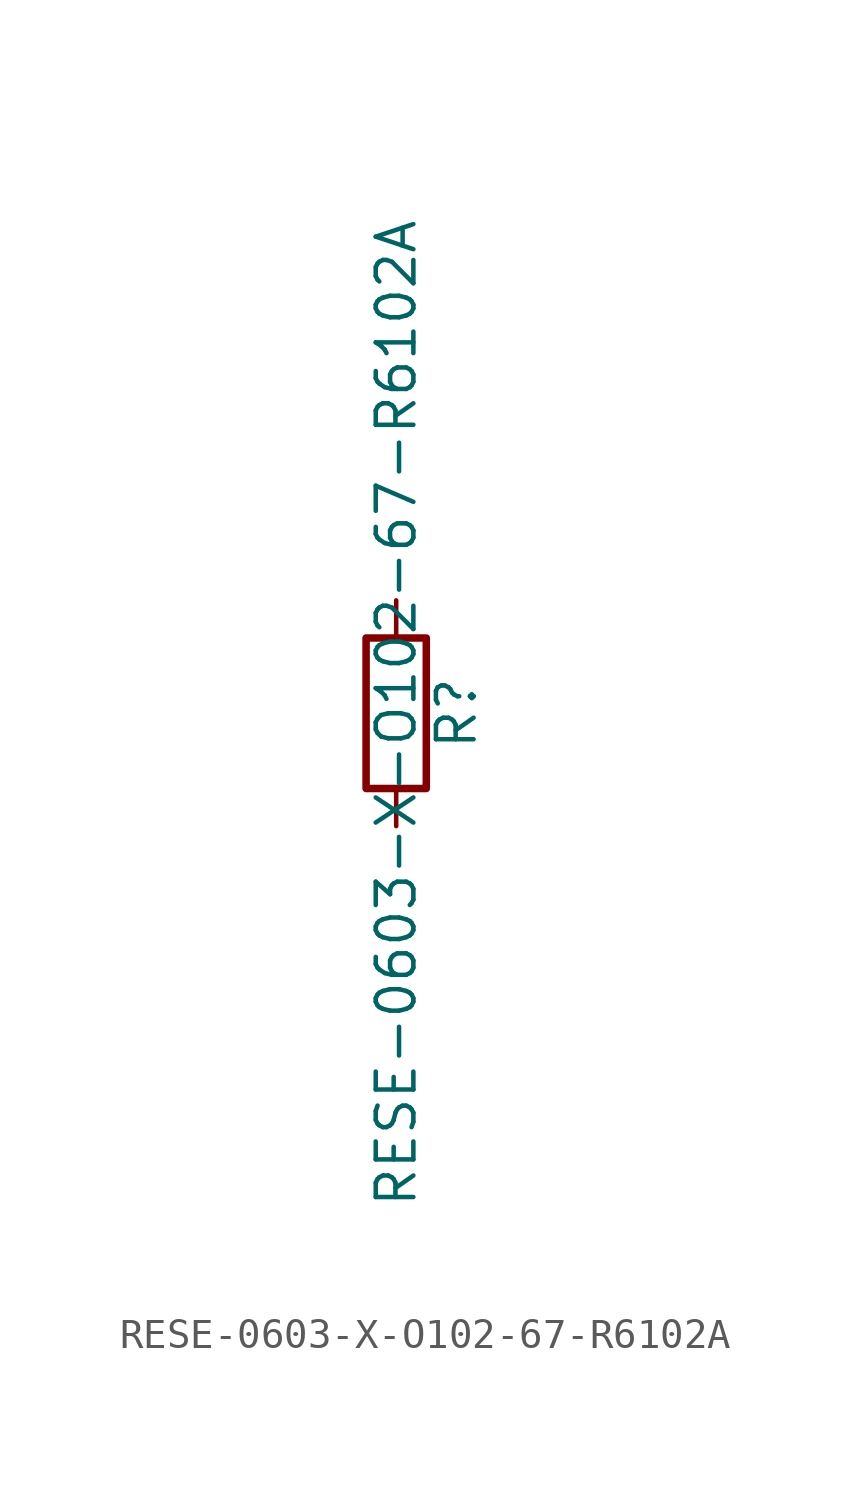
<source format=kicad_sym>
(kicad_symbol_lib
  (version 20211014)
  (generator kicad_symbol_editor)
  (symbol "RESE-0603-X-O102-67-R6102A"
    (pin_numbers hide)
    (pin_names
      (offset 0))
    (property "Reference" "R"
      (at 2.032 0 90)
      (effects (font (size 1.27 1.27))))
    (property "Value" "RESE-0603-X-O102-67-R6102A"
      (at 0 0 90)
      (effects (font (size 1.27 1.27))))
    (symbol "RESE-0603-X-O102-67-R6102A_0_1"
      (rectangle (start -1.016 -2.54) (end 1.016 2.54) (stroke (width 0.254) (type default) (color 0 0 0 0)) (fill (type none))))
    (symbol "RESE-0603-X-O102-67-R6102A_1_1"
      (pin passive line (at 0 3.81 270) (length 1.27) (name "~" (effects (font (size 1.27 1.27)))) (number "1" (effects (font (size 1.27 1.27)))))
      (pin passive line (at 0 -3.81 90) (length 1.27) (name "~" (effects (font (size 1.27 1.27)))) (number "2" (effects (font (size 1.27 1.27))))))))
</source>
